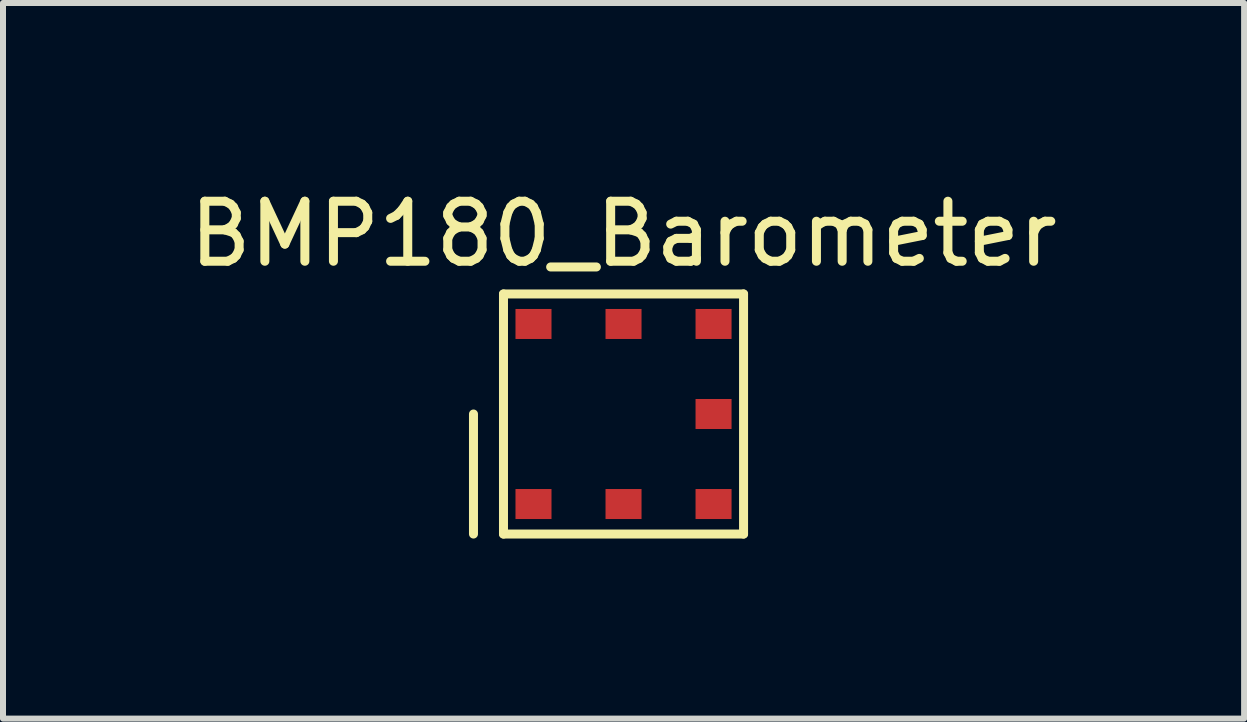
<source format=kicad_pcb>
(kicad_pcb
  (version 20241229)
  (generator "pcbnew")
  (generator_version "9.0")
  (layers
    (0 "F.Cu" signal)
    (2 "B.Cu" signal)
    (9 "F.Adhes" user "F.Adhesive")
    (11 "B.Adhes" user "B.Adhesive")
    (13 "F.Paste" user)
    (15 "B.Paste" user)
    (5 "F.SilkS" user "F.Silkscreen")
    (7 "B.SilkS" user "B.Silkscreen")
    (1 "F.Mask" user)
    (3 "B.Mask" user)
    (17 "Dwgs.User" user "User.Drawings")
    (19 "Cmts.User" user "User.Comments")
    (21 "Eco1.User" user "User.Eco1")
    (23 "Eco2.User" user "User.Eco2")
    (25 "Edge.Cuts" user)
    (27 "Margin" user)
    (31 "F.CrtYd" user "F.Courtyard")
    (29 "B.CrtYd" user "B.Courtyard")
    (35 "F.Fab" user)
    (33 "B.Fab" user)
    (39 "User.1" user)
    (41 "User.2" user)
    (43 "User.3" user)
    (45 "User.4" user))
  (footprint "BMP180_Barometer"
    (layer "F.Cu")
    (at 7.339 3.848)
    (property "Reference" "BMP180_Barometer" (at 0 -3 0) (layer "F.SilkS") (effects (font (size 1 1) (thickness 0.15))))
    (attr through_hole)
    (fp_line (start -2.5 2) (end -2.5 0) (stroke (width 0.15) (type solid)) (layer "F.SilkS"))
    (fp_line (start -2 -2) (end -2 2) (stroke (width 0.15) (type solid)) (layer "F.SilkS"))
    (fp_line (start -2 2) (end 2 2) (stroke (width 0.15) (type solid)) (layer "F.SilkS"))
    (fp_line (start 2 -2) (end -2 -2) (stroke (width 0.15) (type solid)) (layer "F.SilkS"))
    (fp_line (start 2 2) (end 2 -2) (stroke (width 0.15) (type solid)) (layer "F.SilkS"))
    (pad "1" smd rect (at -1.5 1.5) (size 0.6 0.5) (layers "F.Cu" "F.Mask" "F.Paste"))
    (pad "2" smd rect (at 0 1.5) (size 0.6 0.5) (layers "F.Cu" "F.Mask" "F.Paste"))
    (pad "3" smd rect (at 1.5 1.5) (size 0.6 0.5) (layers "F.Cu" "F.Mask" "F.Paste"))
    (pad "4" smd rect (at -1.5 -1.5) (size 0.6 0.5) (layers "F.Cu" "F.Mask" "F.Paste"))
    (pad "5" smd rect (at 0 -1.5) (size 0.6 0.5) (layers "F.Cu" "F.Mask" "F.Paste"))
    (pad "6" smd rect (at 1.5 -1.5) (size 0.6 0.5) (layers "F.Cu" "F.Mask" "F.Paste"))
    (pad "7" smd rect (at 1.5 0) (size 0.6 0.5) (layers "F.Cu" "F.Mask" "F.Paste")))
  (gr_rect
    (start -3 -3)
    (end 17.679 8.923)
    (stroke (width 0.1) (type default))
    (fill no)
    (layer "Edge.Cuts")))
</source>
